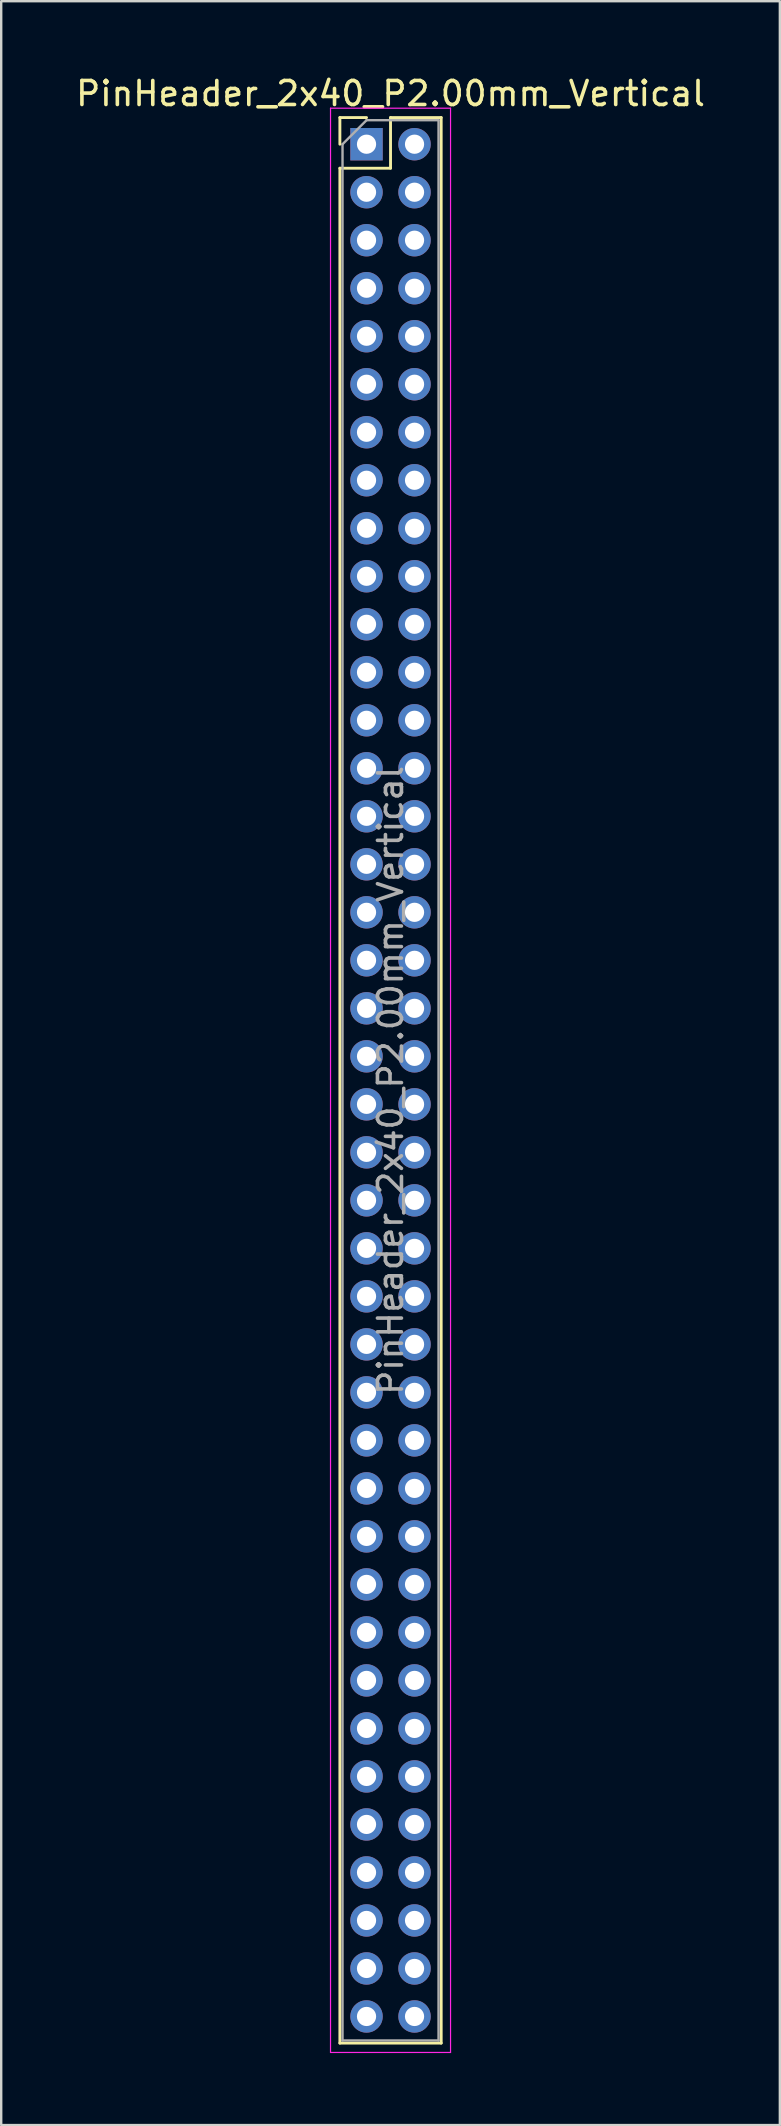
<source format=kicad_pcb>
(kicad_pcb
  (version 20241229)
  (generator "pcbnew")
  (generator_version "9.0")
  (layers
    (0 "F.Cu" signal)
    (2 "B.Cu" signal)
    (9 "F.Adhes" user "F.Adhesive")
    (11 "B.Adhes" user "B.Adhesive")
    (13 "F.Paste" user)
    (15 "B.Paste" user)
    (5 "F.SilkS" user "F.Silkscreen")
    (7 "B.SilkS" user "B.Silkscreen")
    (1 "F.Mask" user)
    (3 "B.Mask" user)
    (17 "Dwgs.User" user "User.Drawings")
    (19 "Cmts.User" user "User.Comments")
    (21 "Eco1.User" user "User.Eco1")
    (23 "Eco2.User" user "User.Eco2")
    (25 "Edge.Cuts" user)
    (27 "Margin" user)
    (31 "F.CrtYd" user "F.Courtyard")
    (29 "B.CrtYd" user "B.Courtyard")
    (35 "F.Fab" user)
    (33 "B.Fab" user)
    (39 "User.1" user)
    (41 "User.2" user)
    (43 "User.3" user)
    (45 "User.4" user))
  (footprint "PinHeader_2x40_P2.00mm_Vertical"
    (layer "F.Cu")
    (at 12.22 2.958)
    (property "Reference" "PinHeader_2x40_P2.00mm_Vertical" (at 1 -2.11 0) (layer "F.SilkS") (effects (font (size 1 1) (thickness 0.15))))
    (attr through_hole)
    (fp_line (start -1.11 -1.11) (end 0 -1.11) (stroke (width 0.12) (type solid)) (layer "F.SilkS"))
    (fp_line (start -1.11 0) (end -1.11 -1.11) (stroke (width 0.12) (type solid)) (layer "F.SilkS"))
    (fp_line (start -1.11 1) (end -1.11 79.11) (stroke (width 0.12) (type solid)) (layer "F.SilkS"))
    (fp_line (start -1.11 1) (end 1 1) (stroke (width 0.12) (type solid)) (layer "F.SilkS"))
    (fp_line (start -1.11 79.11) (end 3.11 79.11) (stroke (width 0.12) (type solid)) (layer "F.SilkS"))
    (fp_line (start 1 -1.11) (end 3.11 -1.11) (stroke (width 0.12) (type solid)) (layer "F.SilkS"))
    (fp_line (start 1 1) (end 1 -1.11) (stroke (width 0.12) (type solid)) (layer "F.SilkS"))
    (fp_line (start 3.11 -1.11) (end 3.11 79.11) (stroke (width 0.12) (type solid)) (layer "F.SilkS"))
    (fp_line (start -1.5 -1.5) (end -1.5 79.5) (stroke (width 0.05) (type solid)) (layer "F.CrtYd"))
    (fp_line (start -1.5 79.5) (end 3.5 79.5) (stroke (width 0.05) (type solid)) (layer "F.CrtYd"))
    (fp_line (start 3.5 -1.5) (end -1.5 -1.5) (stroke (width 0.05) (type solid)) (layer "F.CrtYd"))
    (fp_line (start 3.5 79.5) (end 3.5 -1.5) (stroke (width 0.05) (type solid)) (layer "F.CrtYd"))
    (fp_line (start -1 0) (end 0 -1) (stroke (width 0.1) (type solid)) (layer "F.Fab"))
    (fp_line (start -1 79) (end -1 0) (stroke (width 0.1) (type solid)) (layer "F.Fab"))
    (fp_line (start 0 -1) (end 3 -1) (stroke (width 0.1) (type solid)) (layer "F.Fab"))
    (fp_line (start 3 -1) (end 3 79) (stroke (width 0.1) (type solid)) (layer "F.Fab"))
    (fp_line (start 3 79) (end -1 79) (stroke (width 0.1) (type solid)) (layer "F.Fab"))
    (fp_text user "${REFERENCE}" (at 1 39 90) (layer "F.Fab") (effects (font (size 1 1) (thickness 0.15))))
    (pad "1" thru_hole rect (at 0 0) (size 1.35 1.35) (drill 0.8) (layers "*.Cu" "*.Mask"))
    (pad "2" thru_hole circle (at 2 0) (size 1.35 1.35) (drill 0.8) (layers "*.Cu" "*.Mask"))
    (pad "3" thru_hole circle (at 0 2) (size 1.35 1.35) (drill 0.8) (layers "*.Cu" "*.Mask"))
    (pad "4" thru_hole circle (at 2 2) (size 1.35 1.35) (drill 0.8) (layers "*.Cu" "*.Mask"))
    (pad "5" thru_hole circle (at 0 4) (size 1.35 1.35) (drill 0.8) (layers "*.Cu" "*.Mask"))
    (pad "6" thru_hole circle (at 2 4) (size 1.35 1.35) (drill 0.8) (layers "*.Cu" "*.Mask"))
    (pad "7" thru_hole circle (at 0 6) (size 1.35 1.35) (drill 0.8) (layers "*.Cu" "*.Mask"))
    (pad "8" thru_hole circle (at 2 6) (size 1.35 1.35) (drill 0.8) (layers "*.Cu" "*.Mask"))
    (pad "9" thru_hole circle (at 0 8) (size 1.35 1.35) (drill 0.8) (layers "*.Cu" "*.Mask"))
    (pad "10" thru_hole circle (at 2 8) (size 1.35 1.35) (drill 0.8) (layers "*.Cu" "*.Mask"))
    (pad "11" thru_hole circle (at 0 10) (size 1.35 1.35) (drill 0.8) (layers "*.Cu" "*.Mask"))
    (pad "12" thru_hole circle (at 2 10) (size 1.35 1.35) (drill 0.8) (layers "*.Cu" "*.Mask"))
    (pad "13" thru_hole circle (at 0 12) (size 1.35 1.35) (drill 0.8) (layers "*.Cu" "*.Mask"))
    (pad "14" thru_hole circle (at 2 12) (size 1.35 1.35) (drill 0.8) (layers "*.Cu" "*.Mask"))
    (pad "15" thru_hole circle (at 0 14) (size 1.35 1.35) (drill 0.8) (layers "*.Cu" "*.Mask"))
    (pad "16" thru_hole circle (at 2 14) (size 1.35 1.35) (drill 0.8) (layers "*.Cu" "*.Mask"))
    (pad "17" thru_hole circle (at 0 16) (size 1.35 1.35) (drill 0.8) (layers "*.Cu" "*.Mask"))
    (pad "18" thru_hole circle (at 2 16) (size 1.35 1.35) (drill 0.8) (layers "*.Cu" "*.Mask"))
    (pad "19" thru_hole circle (at 0 18) (size 1.35 1.35) (drill 0.8) (layers "*.Cu" "*.Mask"))
    (pad "20" thru_hole circle (at 2 18) (size 1.35 1.35) (drill 0.8) (layers "*.Cu" "*.Mask"))
    (pad "21" thru_hole circle (at 0 20) (size 1.35 1.35) (drill 0.8) (layers "*.Cu" "*.Mask"))
    (pad "22" thru_hole circle (at 2 20) (size 1.35 1.35) (drill 0.8) (layers "*.Cu" "*.Mask"))
    (pad "23" thru_hole circle (at 0 22) (size 1.35 1.35) (drill 0.8) (layers "*.Cu" "*.Mask"))
    (pad "24" thru_hole circle (at 2 22) (size 1.35 1.35) (drill 0.8) (layers "*.Cu" "*.Mask"))
    (pad "25" thru_hole circle (at 0 24) (size 1.35 1.35) (drill 0.8) (layers "*.Cu" "*.Mask"))
    (pad "26" thru_hole circle (at 2 24) (size 1.35 1.35) (drill 0.8) (layers "*.Cu" "*.Mask"))
    (pad "27" thru_hole circle (at 0 26) (size 1.35 1.35) (drill 0.8) (layers "*.Cu" "*.Mask"))
    (pad "28" thru_hole circle (at 2 26) (size 1.35 1.35) (drill 0.8) (layers "*.Cu" "*.Mask"))
    (pad "29" thru_hole circle (at 0 28) (size 1.35 1.35) (drill 0.8) (layers "*.Cu" "*.Mask"))
    (pad "30" thru_hole circle (at 2 28) (size 1.35 1.35) (drill 0.8) (layers "*.Cu" "*.Mask"))
    (pad "31" thru_hole circle (at 0 30) (size 1.35 1.35) (drill 0.8) (layers "*.Cu" "*.Mask"))
    (pad "32" thru_hole circle (at 2 30) (size 1.35 1.35) (drill 0.8) (layers "*.Cu" "*.Mask"))
    (pad "33" thru_hole circle (at 0 32) (size 1.35 1.35) (drill 0.8) (layers "*.Cu" "*.Mask"))
    (pad "34" thru_hole circle (at 2 32) (size 1.35 1.35) (drill 0.8) (layers "*.Cu" "*.Mask"))
    (pad "35" thru_hole circle (at 0 34) (size 1.35 1.35) (drill 0.8) (layers "*.Cu" "*.Mask"))
    (pad "36" thru_hole circle (at 2 34) (size 1.35 1.35) (drill 0.8) (layers "*.Cu" "*.Mask"))
    (pad "37" thru_hole circle (at 0 36) (size 1.35 1.35) (drill 0.8) (layers "*.Cu" "*.Mask"))
    (pad "38" thru_hole circle (at 2 36) (size 1.35 1.35) (drill 0.8) (layers "*.Cu" "*.Mask"))
    (pad "39" thru_hole circle (at 0 38) (size 1.35 1.35) (drill 0.8) (layers "*.Cu" "*.Mask"))
    (pad "40" thru_hole circle (at 2 38) (size 1.35 1.35) (drill 0.8) (layers "*.Cu" "*.Mask"))
    (pad "41" thru_hole circle (at 0 40) (size 1.35 1.35) (drill 0.8) (layers "*.Cu" "*.Mask"))
    (pad "42" thru_hole circle (at 2 40) (size 1.35 1.35) (drill 0.8) (layers "*.Cu" "*.Mask"))
    (pad "43" thru_hole circle (at 0 42) (size 1.35 1.35) (drill 0.8) (layers "*.Cu" "*.Mask"))
    (pad "44" thru_hole circle (at 2 42) (size 1.35 1.35) (drill 0.8) (layers "*.Cu" "*.Mask"))
    (pad "45" thru_hole circle (at 0 44) (size 1.35 1.35) (drill 0.8) (layers "*.Cu" "*.Mask"))
    (pad "46" thru_hole circle (at 2 44) (size 1.35 1.35) (drill 0.8) (layers "*.Cu" "*.Mask"))
    (pad "47" thru_hole circle (at 0 46) (size 1.35 1.35) (drill 0.8) (layers "*.Cu" "*.Mask"))
    (pad "48" thru_hole circle (at 2 46) (size 1.35 1.35) (drill 0.8) (layers "*.Cu" "*.Mask"))
    (pad "49" thru_hole circle (at 0 48) (size 1.35 1.35) (drill 0.8) (layers "*.Cu" "*.Mask"))
    (pad "50" thru_hole circle (at 2 48) (size 1.35 1.35) (drill 0.8) (layers "*.Cu" "*.Mask"))
    (pad "51" thru_hole circle (at 0 50) (size 1.35 1.35) (drill 0.8) (layers "*.Cu" "*.Mask"))
    (pad "52" thru_hole circle (at 2 50) (size 1.35 1.35) (drill 0.8) (layers "*.Cu" "*.Mask"))
    (pad "53" thru_hole circle (at 0 52) (size 1.35 1.35) (drill 0.8) (layers "*.Cu" "*.Mask"))
    (pad "54" thru_hole circle (at 2 52) (size 1.35 1.35) (drill 0.8) (layers "*.Cu" "*.Mask"))
    (pad "55" thru_hole circle (at 0 54) (size 1.35 1.35) (drill 0.8) (layers "*.Cu" "*.Mask"))
    (pad "56" thru_hole circle (at 2 54) (size 1.35 1.35) (drill 0.8) (layers "*.Cu" "*.Mask"))
    (pad "57" thru_hole circle (at 0 56) (size 1.35 1.35) (drill 0.8) (layers "*.Cu" "*.Mask"))
    (pad "58" thru_hole circle (at 2 56) (size 1.35 1.35) (drill 0.8) (layers "*.Cu" "*.Mask"))
    (pad "59" thru_hole circle (at 0 58) (size 1.35 1.35) (drill 0.8) (layers "*.Cu" "*.Mask"))
    (pad "60" thru_hole circle (at 2 58) (size 1.35 1.35) (drill 0.8) (layers "*.Cu" "*.Mask"))
    (pad "61" thru_hole circle (at 0 60) (size 1.35 1.35) (drill 0.8) (layers "*.Cu" "*.Mask"))
    (pad "62" thru_hole circle (at 2 60) (size 1.35 1.35) (drill 0.8) (layers "*.Cu" "*.Mask"))
    (pad "63" thru_hole circle (at 0 62) (size 1.35 1.35) (drill 0.8) (layers "*.Cu" "*.Mask"))
    (pad "64" thru_hole circle (at 2 62) (size 1.35 1.35) (drill 0.8) (layers "*.Cu" "*.Mask"))
    (pad "65" thru_hole circle (at 0 64) (size 1.35 1.35) (drill 0.8) (layers "*.Cu" "*.Mask"))
    (pad "66" thru_hole circle (at 2 64) (size 1.35 1.35) (drill 0.8) (layers "*.Cu" "*.Mask"))
    (pad "67" thru_hole circle (at 0 66) (size 1.35 1.35) (drill 0.8) (layers "*.Cu" "*.Mask"))
    (pad "68" thru_hole circle (at 2 66) (size 1.35 1.35) (drill 0.8) (layers "*.Cu" "*.Mask"))
    (pad "69" thru_hole circle (at 0 68) (size 1.35 1.35) (drill 0.8) (layers "*.Cu" "*.Mask"))
    (pad "70" thru_hole circle (at 2 68) (size 1.35 1.35) (drill 0.8) (layers "*.Cu" "*.Mask"))
    (pad "71" thru_hole circle (at 0 70) (size 1.35 1.35) (drill 0.8) (layers "*.Cu" "*.Mask"))
    (pad "72" thru_hole circle (at 2 70) (size 1.35 1.35) (drill 0.8) (layers "*.Cu" "*.Mask"))
    (pad "73" thru_hole circle (at 0 72) (size 1.35 1.35) (drill 0.8) (layers "*.Cu" "*.Mask"))
    (pad "74" thru_hole circle (at 2 72) (size 1.35 1.35) (drill 0.8) (layers "*.Cu" "*.Mask"))
    (pad "75" thru_hole circle (at 0 74) (size 1.35 1.35) (drill 0.8) (layers "*.Cu" "*.Mask"))
    (pad "76" thru_hole circle (at 2 74) (size 1.35 1.35) (drill 0.8) (layers "*.Cu" "*.Mask"))
    (pad "77" thru_hole circle (at 0 76) (size 1.35 1.35) (drill 0.8) (layers "*.Cu" "*.Mask"))
    (pad "78" thru_hole circle (at 2 76) (size 1.35 1.35) (drill 0.8) (layers "*.Cu" "*.Mask"))
    (pad "79" thru_hole circle (at 0 78) (size 1.35 1.35) (drill 0.8) (layers "*.Cu" "*.Mask"))
    (pad "80" thru_hole circle (at 2 78) (size 1.35 1.35) (drill 0.8) (layers "*.Cu" "*.Mask")))
  (gr_rect
    (start -3 -3)
    (end 29.44 85.483)
    (stroke (width 0.1) (type default))
    (fill no)
    (layer "Edge.Cuts")))
</source>
